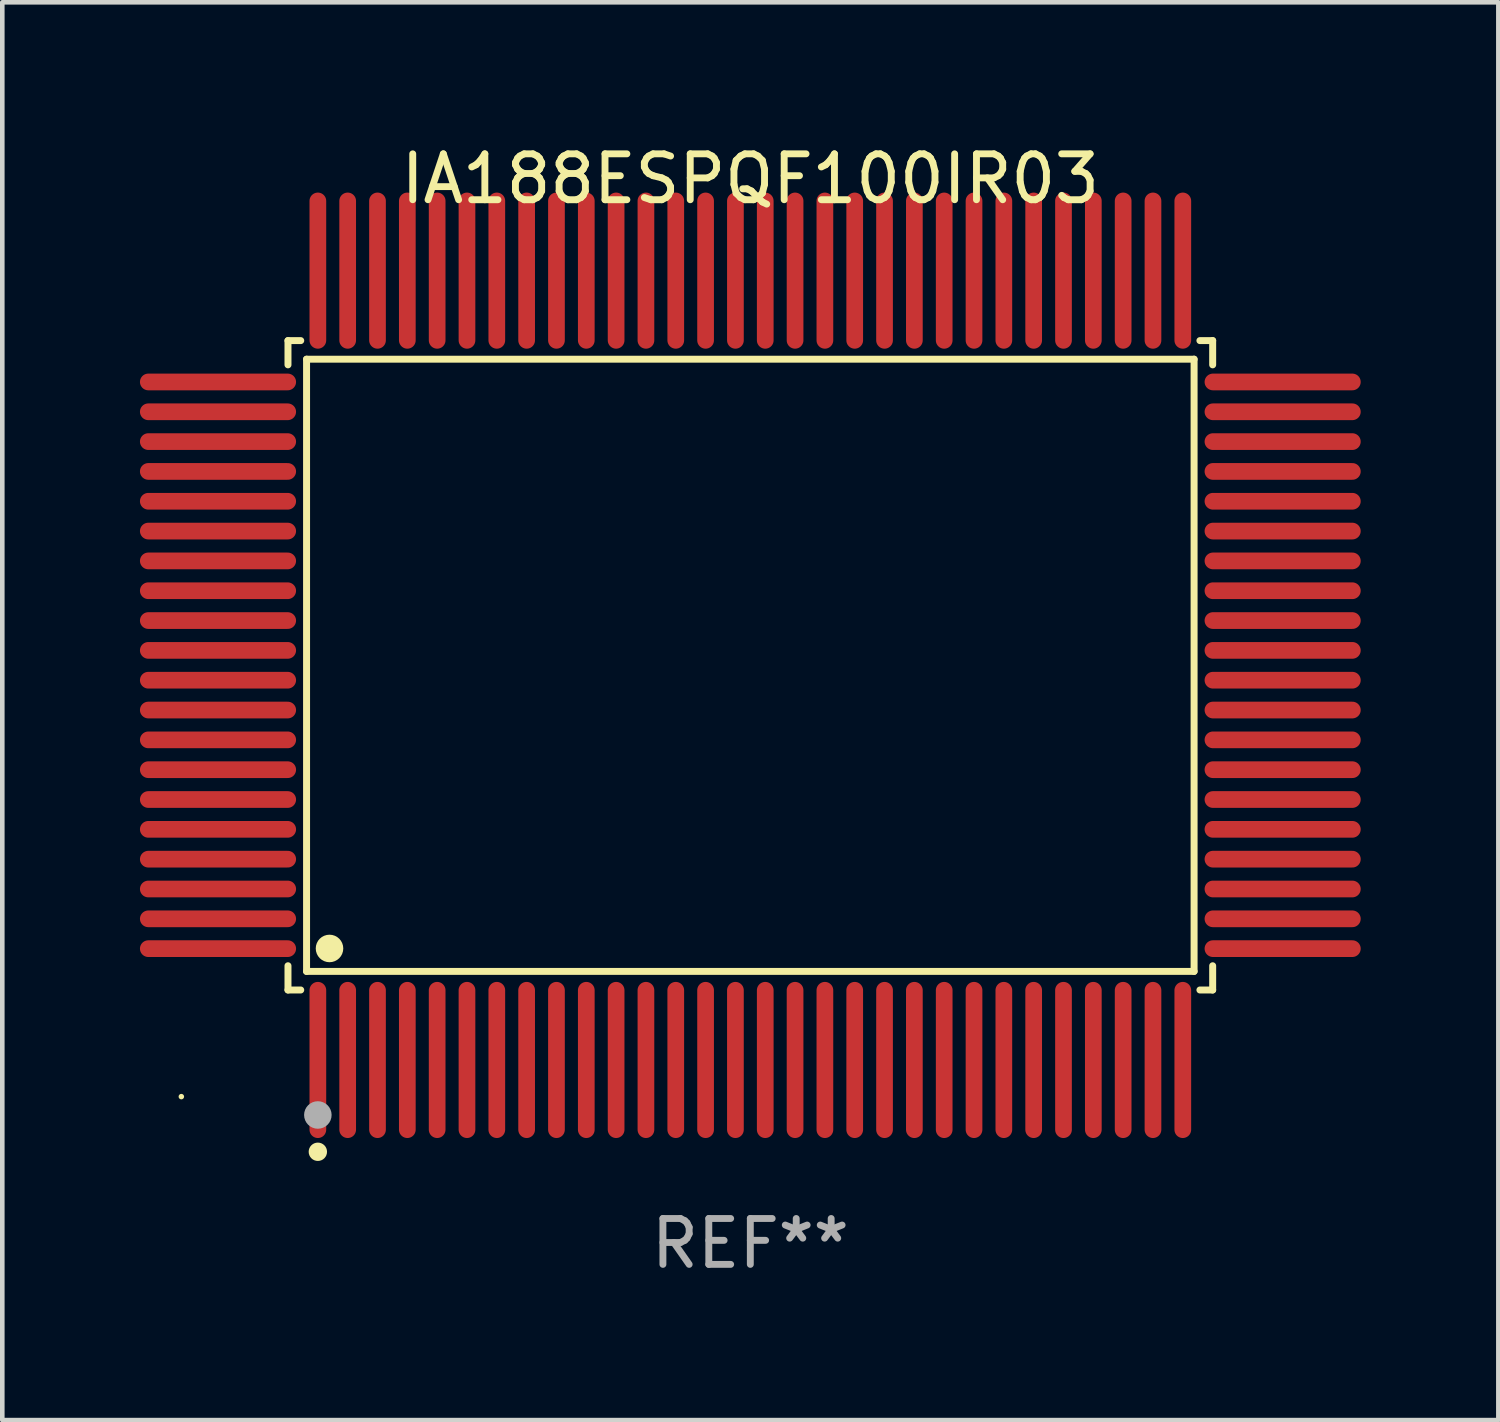
<source format=kicad_pcb>
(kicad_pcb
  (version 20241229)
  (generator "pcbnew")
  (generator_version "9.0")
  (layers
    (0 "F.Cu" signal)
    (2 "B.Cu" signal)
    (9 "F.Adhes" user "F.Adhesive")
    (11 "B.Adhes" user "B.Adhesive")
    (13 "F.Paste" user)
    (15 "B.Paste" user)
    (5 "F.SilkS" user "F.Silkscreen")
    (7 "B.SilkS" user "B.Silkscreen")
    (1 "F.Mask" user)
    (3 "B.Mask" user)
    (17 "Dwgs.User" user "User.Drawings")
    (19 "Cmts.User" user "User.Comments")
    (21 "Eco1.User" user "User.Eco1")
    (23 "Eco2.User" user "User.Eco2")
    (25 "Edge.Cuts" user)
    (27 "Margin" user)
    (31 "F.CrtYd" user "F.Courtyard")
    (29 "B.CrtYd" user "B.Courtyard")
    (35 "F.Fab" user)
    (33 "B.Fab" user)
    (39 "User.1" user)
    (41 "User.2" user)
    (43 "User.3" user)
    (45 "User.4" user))
  (footprint "IA188ESPQF100IR03"
    (layer "F.Cu")
    (at 13.302 11.449)
    (property "Reference" "IA188ESPQF100IR03" (at 0 -10.601 0) (layer "F.SilkS") (effects (font (size 1 1) (thickness 0.15))))
    (attr through_hole)
    (fp_line (start -10.076 -7.076) (end -9.798 -7.076) (stroke (width 0.152) (type solid)) (layer "F.SilkS"))
    (fp_line (start -10.076 -6.548) (end -10.076 -7.076) (stroke (width 0.152) (type solid)) (layer "F.SilkS"))
    (fp_line (start -10.076 6.548) (end -10.076 7.076) (stroke (width 0.152) (type solid)) (layer "F.SilkS"))
    (fp_line (start -10.076 7.076) (end -9.798 7.076) (stroke (width 0.152) (type solid)) (layer "F.SilkS"))
    (fp_line (start -9.671 -6.671) (end 9.671 -6.671) (stroke (width 0.152) (type solid)) (layer "F.SilkS"))
    (fp_line (start -9.671 6.671) (end -9.671 -6.671) (stroke (width 0.152) (type solid)) (layer "F.SilkS"))
    (fp_line (start 9.671 -6.671) (end 9.671 6.671) (stroke (width 0.152) (type solid)) (layer "F.SilkS"))
    (fp_line (start 9.671 6.671) (end -9.671 6.671) (stroke (width 0.152) (type solid)) (layer "F.SilkS"))
    (fp_line (start 10.076 -7.076) (end 9.798 -7.076) (stroke (width 0.152) (type solid)) (layer "F.SilkS"))
    (fp_line (start 10.076 -6.548) (end 10.076 -7.076) (stroke (width 0.152) (type solid)) (layer "F.SilkS"))
    (fp_line (start 10.076 6.548) (end 10.076 7.076) (stroke (width 0.152) (type solid)) (layer "F.SilkS"))
    (fp_line (start 10.076 7.076) (end 9.798 7.076) (stroke (width 0.152) (type solid)) (layer "F.SilkS"))
    (fp_circle (center -12.4 9.4) (end -12.37 9.4) (stroke (width 0.06) (type solid)) (fill no) (layer "F.SilkS"))
    (fp_circle (center -9.425 10.602) (end -9.325 10.602) (stroke (width 0.2) (type solid)) (fill no) (layer "F.SilkS"))
    (fp_circle (center -9.171 6.171) (end -9.021 6.171) (stroke (width 0.3) (type solid)) (fill no) (layer "F.SilkS"))
    (fp_circle (center -9.425 9.8) (end -9.275 9.8) (stroke (width 0.3) (type solid)) (fill no) (layer "F.Fab"))
    (fp_text user "REF**" (at 0 12.601 0) (layer "F.Fab") (effects (font (size 1 1) (thickness 0.15))))
    (pad "1" smd oval (at -9.425 8.601) (size 0.364 3.402) (layers "F.Cu" "F.Mask" "F.Paste"))
    (pad "2" smd oval (at -8.775 8.601) (size 0.364 3.402) (layers "F.Cu" "F.Mask" "F.Paste"))
    (pad "3" smd oval (at -8.125 8.601) (size 0.364 3.402) (layers "F.Cu" "F.Mask" "F.Paste"))
    (pad "4" smd oval (at -7.475 8.601) (size 0.364 3.402) (layers "F.Cu" "F.Mask" "F.Paste"))
    (pad "5" smd oval (at -6.825 8.601) (size 0.364 3.402) (layers "F.Cu" "F.Mask" "F.Paste"))
    (pad "6" smd oval (at -6.175 8.601) (size 0.364 3.402) (layers "F.Cu" "F.Mask" "F.Paste"))
    (pad "7" smd oval (at -5.525 8.601) (size 0.364 3.402) (layers "F.Cu" "F.Mask" "F.Paste"))
    (pad "8" smd oval (at -4.875 8.601) (size 0.364 3.402) (layers "F.Cu" "F.Mask" "F.Paste"))
    (pad "9" smd oval (at -4.225 8.601) (size 0.364 3.402) (layers "F.Cu" "F.Mask" "F.Paste"))
    (pad "10" smd oval (at -3.575 8.601) (size 0.364 3.402) (layers "F.Cu" "F.Mask" "F.Paste"))
    (pad "11" smd oval (at -2.925 8.601) (size 0.364 3.402) (layers "F.Cu" "F.Mask" "F.Paste"))
    (pad "12" smd oval (at -2.275 8.601) (size 0.364 3.402) (layers "F.Cu" "F.Mask" "F.Paste"))
    (pad "13" smd oval (at -1.625 8.601) (size 0.364 3.402) (layers "F.Cu" "F.Mask" "F.Paste"))
    (pad "14" smd oval (at -0.975 8.601) (size 0.364 3.402) (layers "F.Cu" "F.Mask" "F.Paste"))
    (pad "15" smd oval (at -0.325 8.601) (size 0.364 3.402) (layers "F.Cu" "F.Mask" "F.Paste"))
    (pad "16" smd oval (at 0.325 8.601) (size 0.364 3.402) (layers "F.Cu" "F.Mask" "F.Paste"))
    (pad "17" smd oval (at 0.975 8.601) (size 0.364 3.402) (layers "F.Cu" "F.Mask" "F.Paste"))
    (pad "18" smd oval (at 1.625 8.601) (size 0.364 3.402) (layers "F.Cu" "F.Mask" "F.Paste"))
    (pad "19" smd oval (at 2.275 8.601) (size 0.364 3.402) (layers "F.Cu" "F.Mask" "F.Paste"))
    (pad "20" smd oval (at 2.925 8.601) (size 0.364 3.402) (layers "F.Cu" "F.Mask" "F.Paste"))
    (pad "21" smd oval (at 3.575 8.601) (size 0.364 3.402) (layers "F.Cu" "F.Mask" "F.Paste"))
    (pad "22" smd oval (at 4.225 8.601) (size 0.364 3.402) (layers "F.Cu" "F.Mask" "F.Paste"))
    (pad "23" smd oval (at 4.875 8.601) (size 0.364 3.402) (layers "F.Cu" "F.Mask" "F.Paste"))
    (pad "24" smd oval (at 5.525 8.601) (size 0.364 3.402) (layers "F.Cu" "F.Mask" "F.Paste"))
    (pad "25" smd oval (at 6.175 8.601) (size 0.364 3.402) (layers "F.Cu" "F.Mask" "F.Paste"))
    (pad "26" smd oval (at 6.825 8.601) (size 0.364 3.402) (layers "F.Cu" "F.Mask" "F.Paste"))
    (pad "27" smd oval (at 7.475 8.601) (size 0.364 3.402) (layers "F.Cu" "F.Mask" "F.Paste"))
    (pad "28" smd oval (at 8.125 8.601) (size 0.364 3.402) (layers "F.Cu" "F.Mask" "F.Paste"))
    (pad "29" smd oval (at 8.775 8.601) (size 0.364 3.402) (layers "F.Cu" "F.Mask" "F.Paste"))
    (pad "30" smd oval (at 9.425 8.601) (size 0.364 3.402) (layers "F.Cu" "F.Mask" "F.Paste"))
    (pad "31" smd oval (at 11.601 6.175) (size 3.402 0.364) (layers "F.Cu" "F.Mask" "F.Paste"))
    (pad "32" smd oval (at 11.601 5.525) (size 3.402 0.364) (layers "F.Cu" "F.Mask" "F.Paste"))
    (pad "33" smd oval (at 11.601 4.875) (size 3.402 0.364) (layers "F.Cu" "F.Mask" "F.Paste"))
    (pad "34" smd oval (at 11.601 4.225) (size 3.402 0.364) (layers "F.Cu" "F.Mask" "F.Paste"))
    (pad "35" smd oval (at 11.601 3.575) (size 3.402 0.364) (layers "F.Cu" "F.Mask" "F.Paste"))
    (pad "36" smd oval (at 11.601 2.925) (size 3.402 0.364) (layers "F.Cu" "F.Mask" "F.Paste"))
    (pad "37" smd oval (at 11.601 2.275) (size 3.402 0.364) (layers "F.Cu" "F.Mask" "F.Paste"))
    (pad "38" smd oval (at 11.601 1.625) (size 3.402 0.364) (layers "F.Cu" "F.Mask" "F.Paste"))
    (pad "39" smd oval (at 11.601 0.975) (size 3.402 0.364) (layers "F.Cu" "F.Mask" "F.Paste"))
    (pad "40" smd oval (at 11.601 0.325) (size 3.402 0.364) (layers "F.Cu" "F.Mask" "F.Paste"))
    (pad "41" smd oval (at 11.601 -0.325) (size 3.402 0.364) (layers "F.Cu" "F.Mask" "F.Paste"))
    (pad "42" smd oval (at 11.601 -0.975) (size 3.402 0.364) (layers "F.Cu" "F.Mask" "F.Paste"))
    (pad "43" smd oval (at 11.601 -1.625) (size 3.402 0.364) (layers "F.Cu" "F.Mask" "F.Paste"))
    (pad "44" smd oval (at 11.601 -2.275) (size 3.402 0.364) (layers "F.Cu" "F.Mask" "F.Paste"))
    (pad "45" smd oval (at 11.601 -2.925) (size 3.402 0.364) (layers "F.Cu" "F.Mask" "F.Paste"))
    (pad "46" smd oval (at 11.601 -3.575) (size 3.402 0.364) (layers "F.Cu" "F.Mask" "F.Paste"))
    (pad "47" smd oval (at 11.601 -4.225) (size 3.402 0.364) (layers "F.Cu" "F.Mask" "F.Paste"))
    (pad "48" smd oval (at 11.601 -4.875) (size 3.402 0.364) (layers "F.Cu" "F.Mask" "F.Paste"))
    (pad "49" smd oval (at 11.601 -5.525) (size 3.402 0.364) (layers "F.Cu" "F.Mask" "F.Paste"))
    (pad "50" smd oval (at 11.601 -6.175) (size 3.402 0.364) (layers "F.Cu" "F.Mask" "F.Paste"))
    (pad "51" smd oval (at 9.425 -8.601) (size 0.364 3.402) (layers "F.Cu" "F.Mask" "F.Paste"))
    (pad "52" smd oval (at 8.775 -8.601) (size 0.364 3.402) (layers "F.Cu" "F.Mask" "F.Paste"))
    (pad "53" smd oval (at 8.125 -8.601) (size 0.364 3.402) (layers "F.Cu" "F.Mask" "F.Paste"))
    (pad "54" smd oval (at 7.475 -8.601) (size 0.364 3.402) (layers "F.Cu" "F.Mask" "F.Paste"))
    (pad "55" smd oval (at 6.825 -8.601) (size 0.364 3.402) (layers "F.Cu" "F.Mask" "F.Paste"))
    (pad "56" smd oval (at 6.175 -8.601) (size 0.364 3.402) (layers "F.Cu" "F.Mask" "F.Paste"))
    (pad "57" smd oval (at 5.525 -8.601) (size 0.364 3.402) (layers "F.Cu" "F.Mask" "F.Paste"))
    (pad "58" smd oval (at 4.875 -8.601) (size 0.364 3.402) (layers "F.Cu" "F.Mask" "F.Paste"))
    (pad "59" smd oval (at 4.225 -8.601) (size 0.364 3.402) (layers "F.Cu" "F.Mask" "F.Paste"))
    (pad "60" smd oval (at 3.575 -8.601) (size 0.364 3.402) (layers "F.Cu" "F.Mask" "F.Paste"))
    (pad "61" smd oval (at 2.925 -8.601) (size 0.364 3.402) (layers "F.Cu" "F.Mask" "F.Paste"))
    (pad "62" smd oval (at 2.275 -8.601) (size 0.364 3.402) (layers "F.Cu" "F.Mask" "F.Paste"))
    (pad "63" smd oval (at 1.625 -8.601) (size 0.364 3.402) (layers "F.Cu" "F.Mask" "F.Paste"))
    (pad "64" smd oval (at 0.975 -8.601) (size 0.364 3.402) (layers "F.Cu" "F.Mask" "F.Paste"))
    (pad "65" smd oval (at 0.325 -8.601) (size 0.364 3.402) (layers "F.Cu" "F.Mask" "F.Paste"))
    (pad "66" smd oval (at -0.325 -8.601) (size 0.364 3.402) (layers "F.Cu" "F.Mask" "F.Paste"))
    (pad "67" smd oval (at -0.975 -8.601) (size 0.364 3.402) (layers "F.Cu" "F.Mask" "F.Paste"))
    (pad "68" smd oval (at -1.625 -8.601) (size 0.364 3.402) (layers "F.Cu" "F.Mask" "F.Paste"))
    (pad "69" smd oval (at -2.275 -8.601) (size 0.364 3.402) (layers "F.Cu" "F.Mask" "F.Paste"))
    (pad "70" smd oval (at -2.925 -8.601) (size 0.364 3.402) (layers "F.Cu" "F.Mask" "F.Paste"))
    (pad "71" smd oval (at -3.575 -8.601) (size 0.364 3.402) (layers "F.Cu" "F.Mask" "F.Paste"))
    (pad "72" smd oval (at -4.225 -8.601) (size 0.364 3.402) (layers "F.Cu" "F.Mask" "F.Paste"))
    (pad "73" smd oval (at -4.875 -8.601) (size 0.364 3.402) (layers "F.Cu" "F.Mask" "F.Paste"))
    (pad "74" smd oval (at -5.525 -8.601) (size 0.364 3.402) (layers "F.Cu" "F.Mask" "F.Paste"))
    (pad "75" smd oval (at -6.175 -8.601) (size 0.364 3.402) (layers "F.Cu" "F.Mask" "F.Paste"))
    (pad "76" smd oval (at -6.825 -8.601) (size 0.364 3.402) (layers "F.Cu" "F.Mask" "F.Paste"))
    (pad "77" smd oval (at -7.475 -8.601) (size 0.364 3.402) (layers "F.Cu" "F.Mask" "F.Paste"))
    (pad "78" smd oval (at -8.125 -8.601) (size 0.364 3.402) (layers "F.Cu" "F.Mask" "F.Paste"))
    (pad "79" smd oval (at -8.775 -8.601) (size 0.364 3.402) (layers "F.Cu" "F.Mask" "F.Paste"))
    (pad "80" smd oval (at -9.425 -8.601) (size 0.364 3.402) (layers "F.Cu" "F.Mask" "F.Paste"))
    (pad "81" smd oval (at -11.601 -6.175) (size 3.402 0.364) (layers "F.Cu" "F.Mask" "F.Paste"))
    (pad "82" smd oval (at -11.601 -5.525) (size 3.402 0.364) (layers "F.Cu" "F.Mask" "F.Paste"))
    (pad "83" smd oval (at -11.601 -4.875) (size 3.402 0.364) (layers "F.Cu" "F.Mask" "F.Paste"))
    (pad "84" smd oval (at -11.601 -4.225) (size 3.402 0.364) (layers "F.Cu" "F.Mask" "F.Paste"))
    (pad "85" smd oval (at -11.601 -3.575) (size 3.402 0.364) (layers "F.Cu" "F.Mask" "F.Paste"))
    (pad "86" smd oval (at -11.601 -2.925) (size 3.402 0.364) (layers "F.Cu" "F.Mask" "F.Paste"))
    (pad "87" smd oval (at -11.601 -2.275) (size 3.402 0.364) (layers "F.Cu" "F.Mask" "F.Paste"))
    (pad "88" smd oval (at -11.601 -1.625) (size 3.402 0.364) (layers "F.Cu" "F.Mask" "F.Paste"))
    (pad "89" smd oval (at -11.601 -0.975) (size 3.402 0.364) (layers "F.Cu" "F.Mask" "F.Paste"))
    (pad "90" smd oval (at -11.601 -0.325) (size 3.402 0.364) (layers "F.Cu" "F.Mask" "F.Paste"))
    (pad "91" smd oval (at -11.601 0.325) (size 3.402 0.364) (layers "F.Cu" "F.Mask" "F.Paste"))
    (pad "92" smd oval (at -11.601 0.975) (size 3.402 0.364) (layers "F.Cu" "F.Mask" "F.Paste"))
    (pad "93" smd oval (at -11.601 1.625) (size 3.402 0.364) (layers "F.Cu" "F.Mask" "F.Paste"))
    (pad "94" smd oval (at -11.601 2.275) (size 3.402 0.364) (layers "F.Cu" "F.Mask" "F.Paste"))
    (pad "95" smd oval (at -11.601 2.925) (size 3.402 0.364) (layers "F.Cu" "F.Mask" "F.Paste"))
    (pad "96" smd oval (at -11.601 3.575) (size 3.402 0.364) (layers "F.Cu" "F.Mask" "F.Paste"))
    (pad "97" smd oval (at -11.601 4.225) (size 3.402 0.364) (layers "F.Cu" "F.Mask" "F.Paste"))
    (pad "98" smd oval (at -11.601 4.875) (size 3.402 0.364) (layers "F.Cu" "F.Mask" "F.Paste"))
    (pad "99" smd oval (at -11.601 5.525) (size 3.402 0.364) (layers "F.Cu" "F.Mask" "F.Paste"))
    (pad "100" smd oval (at -11.601 6.175) (size 3.402 0.364) (layers "F.Cu" "F.Mask" "F.Paste")))
  (gr_rect
    (start -3 -3)
    (end 29.604 27.898)
    (stroke (width 0.1) (type default))
    (fill no)
    (layer "Edge.Cuts")))
</source>
